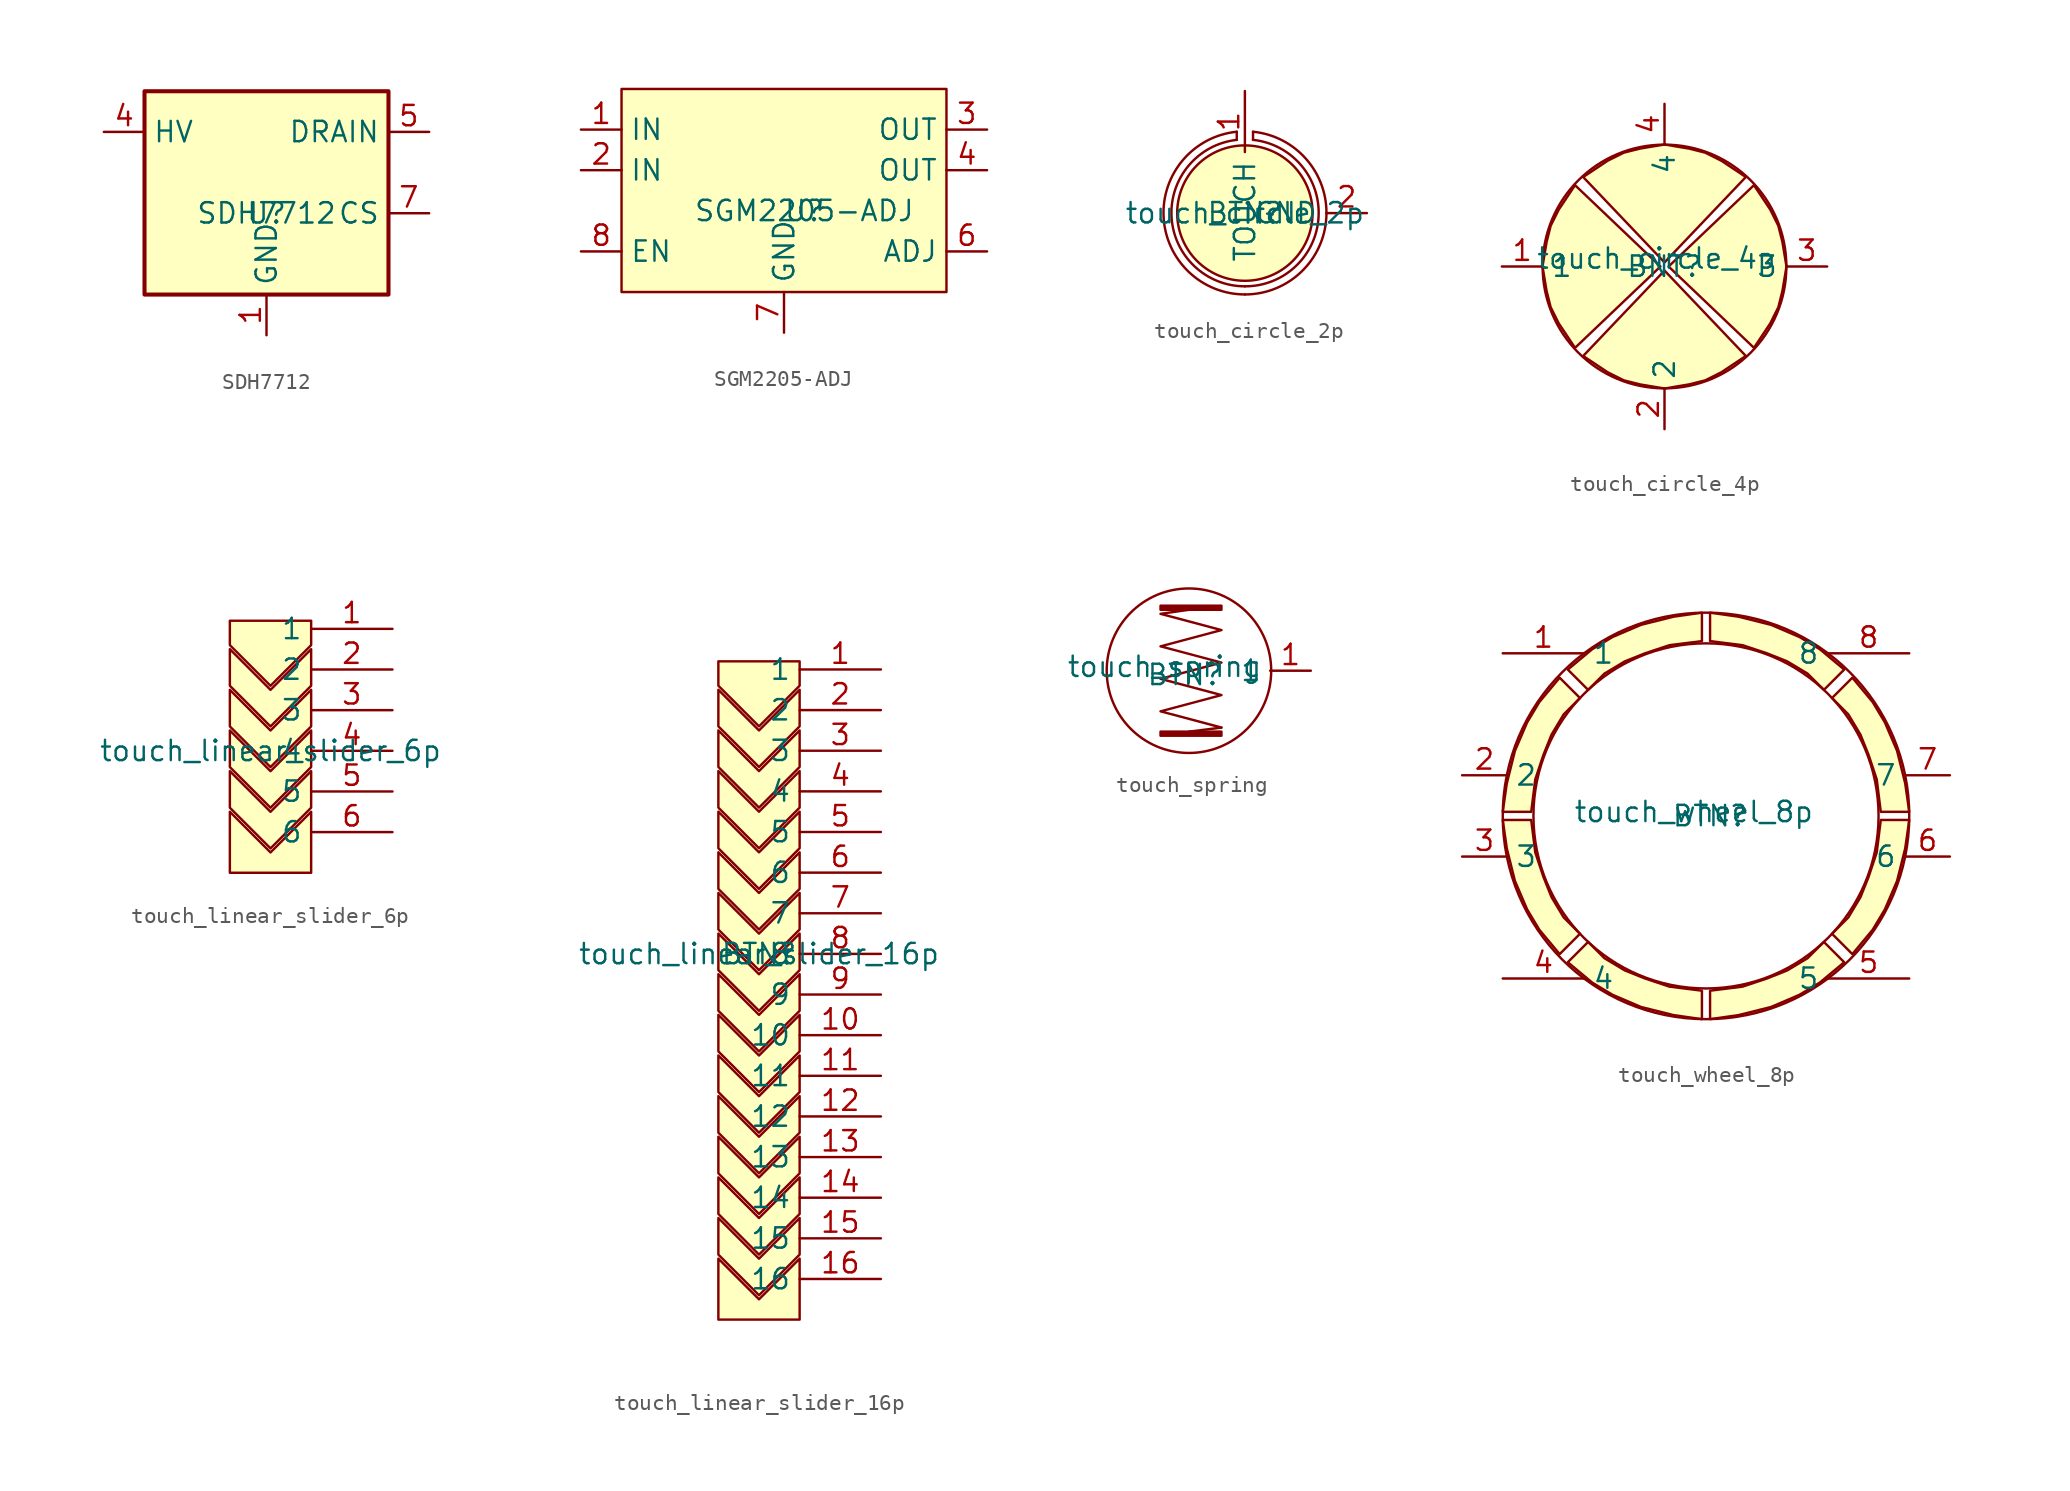
<source format=kicad_sym>
(kicad_symbol_lib
  (version 20241209)
  (generator "kicad_symbol_editor")
  (generator_version "9.0")
  (symbol "SDH7712"
    (property "Reference" "U"
      (at 0 0 0)
      (effects (font (size 1.27 1.27))))
    (property "Value" "SDH7712"
      (at 0 0 0)
      (effects (font (size 1.27 1.27))))
    (symbol "SDH7712_0_1"
      (rectangle (start -7.62 7.62) (end 7.62 -5.08) (stroke (width 0.254) (type solid)) (fill (type background))))
    (symbol "SDH7712_1_1"
      (pin power_in line (at -10.16 5.08 0) (length 2.54) (name "HV" (effects (font (size 1.27 1.27)))) (number "4" (effects (font (size 1.27 1.27)))))
      (pin no_connect line (at -2.54 2.54 0) (length 2.54) (hide yes) (name "NC" (effects (font (size 1.27 1.27)))) (number "2" (effects (font (size 1.27 1.27)))))
      (pin no_connect line (at -2.54 2.54 0) (length 2.54) (hide yes) (name "NC" (effects (font (size 1.27 1.27)))) (number "3" (effects (font (size 1.27 1.27)))))
      (pin power_in line (at 0 -7.62 90) (length 2.54) (name "GND" (effects (font (size 1.27 1.27)))) (number "1" (effects (font (size 1.27 1.27)))))
      (pin power_out line (at 10.16 5.08 180) (length 2.54) (name "DRAIN" (effects (font (size 1.27 1.27)))) (number "5" (effects (font (size 1.27 1.27)))))
      (pin power_out line (at 10.16 5.08 180) (length 2.54) (hide yes) (name "DRAIN" (effects (font (size 1.27 1.27)))) (number "6" (effects (font (size 1.27 1.27)))))
      (pin passive line (at 10.16 0 180) (length 2.54) (name "CS" (effects (font (size 1.27 1.27)))) (number "7" (effects (font (size 1.27 1.27)))))))
  (symbol "SGM2205-ADJ"
    (property "Reference" "U"
      (at 1.27 0 0)
      (effects (font (size 1.27 1.27))))
    (property "Value" "SGM2205-ADJ"
      (at 1.27 0 0)
      (effects (font (size 1.27 1.27))))
    (symbol "SGM2205-ADJ_1_1"
      (rectangle (start -10.16 7.62) (end 10.16 -5.08) (stroke (width 0) (type solid)) (fill (type background)))
      (pin power_in line (at -12.7 5.08 0) (length 2.54) (name "IN" (effects (font (size 1.27 1.27)))) (number "1" (effects (font (size 1.27 1.27)))))
      (pin power_in line (at -12.7 2.54 0) (length 2.54) (name "IN" (effects (font (size 1.27 1.27)))) (number "2" (effects (font (size 1.27 1.27)))))
      (pin input line (at -12.7 -2.54 0) (length 2.54) (name "EN" (effects (font (size 1.27 1.27)))) (number "8" (effects (font (size 1.27 1.27)))))
      (pin passive line (at 0 -7.62 90) (length 2.54) (name "GND" (effects (font (size 1.27 1.27)))) (number "7" (effects (font (size 1.27 1.27)))))
      (pin no_connect line (at 2.54 2.54 180) (length 2.54) (hide yes) (name "NC" (effects (font (size 1.27 1.27)))) (number "5" (effects (font (size 1.27 1.27)))))
      (pin power_out line (at 12.7 5.08 180) (length 2.54) (name "OUT" (effects (font (size 1.27 1.27)))) (number "3" (effects (font (size 1.27 1.27)))))
      (pin power_out line (at 12.7 2.54 180) (length 2.54) (name "OUT" (effects (font (size 1.27 1.27)))) (number "4" (effects (font (size 1.27 1.27)))))
      (pin input line (at 12.7 -2.54 180) (length 2.54) (name "ADJ" (effects (font (size 1.27 1.27)))) (number "6" (effects (font (size 1.27 1.27)))))))
  (symbol "touch_circle_2p"
    (property "Reference" "BTN"
      (at 0 0 0)
      (effects (font (size 1.27 1.27))))
    (property "Value" "touch_circle_2p"
      (at 0 0 0)
      (effects (font (size 1.27 1.27))))
    (symbol "touch_circle_2p_0_1"
      (polyline (pts (xy -0.508 5.08) (xy -0.508 4.572)) (stroke (width 0) (type default)) (fill (type none)))
      (arc (start 0 -4.572) (mid -4.5798 -0.2403) (end -0.508 4.572) (stroke (width 0) (type default)) (fill (type none)))
      (arc (start 0.508 5.08) (mid 5.0869 -0.2416) (end 0 -5.08) (stroke (width 0) (type default)) (fill (type none)))
      (arc (start 0 -5.08) (mid -5.0747 -0.241) (end -0.508 5.08) (stroke (width 0) (type default)) (fill (type none)))
      (arc (start 0.508 4.572) (mid 4.6007 -0.2415) (end 0 -4.572) (stroke (width 0) (type default)) (fill (type none)))
      (polyline (pts (xy 0.508 5.08) (xy 0.508 4.572)) (stroke (width 0) (type default)) (fill (type none))))
    (symbol "touch_circle_2p_1_0"
      (pin input line (at 0 7.62 270) (length 3.81) (name "TOUCH" (effects (font (size 1.27 1.27)))) (number "1" (effects (font (size 1.27 1.27)))))
      (pin input line (at 7.62 0 180) (length 2.54) (name "GND" (effects (font (size 1.27 1.27)))) (number "2" (effects (font (size 1.27 1.27))))))
    (symbol "touch_circle_2p_1_1"
      (circle (center 0 0) (radius 4.227) (stroke (width 0) (type solid)) (fill (type background)))))
  (symbol "touch_circle_4p"
    (property "Reference" "BNT"
      (at 0 0 0)
      (effects (font (size 1.27 1.27))))
    (property "Value" "touch_circle_4p"
      (at -0.508 0.508 0)
      (effects (font (size 1.27 1.27))))
    (symbol "touch_circle_4p_1_1"
      (polyline (pts (xy -5.588 5.08) (xy -0.254 0) (xy -5.588 -5.08) (xy -6.604 -3.556) (xy -7.112 -2.54) (xy -7.366 -1.524) (xy -7.62 0) (xy -7.366 1.524) (xy -7.112 2.54) (xy -6.604 3.556) (xy -5.588 5.08)) (stroke (width 0) (type solid)) (fill (type background)))
      (polyline (pts (xy -5.08 5.588) (xy 0 0.254) (xy 5.08 5.588) (xy 3.556 6.604) (xy 2.54 7.112) (xy 1.524 7.366) (xy 0 7.62) (xy -1.524 7.366) (xy -2.54 7.112) (xy -3.556 6.604) (xy -5.08 5.588)) (stroke (width 0) (type solid)) (fill (type background)))
      (circle (center 0 0) (radius 7.612) (stroke (width 0) (type default)) (fill (type none)))
      (polyline (pts (xy 5.08 -5.588) (xy 0 -0.254) (xy -5.08 -5.588) (xy -3.556 -6.604) (xy -2.54 -7.112) (xy -1.524 -7.366) (xy 0 -7.62) (xy 1.524 -7.366) (xy 2.54 -7.112) (xy 3.556 -6.604) (xy 5.08 -5.588)) (stroke (width 0) (type solid)) (fill (type background)))
      (polyline (pts (xy 5.588 5.08) (xy 0.254 0) (xy 5.588 -5.08) (xy 6.604 -3.556) (xy 7.112 -2.54) (xy 7.366 -1.524) (xy 7.62 0) (xy 7.366 1.524) (xy 7.112 2.54) (xy 6.604 3.556) (xy 5.588 5.08)) (stroke (width 0) (type solid)) (fill (type background)))
      (pin passive line (at -10.16 0 0) (length 2.54) (name "1" (effects (font (size 1.27 1.27)))) (number "1" (effects (font (size 1.27 1.27)))))
      (pin passive line (at 0 10.16 270) (length 2.54) (name "4" (effects (font (size 1.27 1.27)))) (number "4" (effects (font (size 1.27 1.27)))))
      (pin passive line (at 0 -10.16 90) (length 2.54) (name "2" (effects (font (size 1.27 1.27)))) (number "2" (effects (font (size 1.27 1.27)))))
      (pin passive line (at 10.16 0 180) (length 2.54) (name "3" (effects (font (size 1.27 1.27)))) (number "3" (effects (font (size 1.27 1.27)))))))
  (symbol "touch_linear_slider_6p"
    (property "Reference" "BTN"
      (at 8.636 3.81 0)
      (effects (font (size 1.27 1.27)) (hide yes)))
    (property "Value" "touch_linear_slider_6p"
      (at 0 0 0)
      (effects (font (size 1.27 1.27))))
    (symbol "touch_linear_slider_6p_1_1"
      (polyline (pts (xy -2.54 8.128) (xy -2.54 6.604) (xy 0 4.064) (xy 2.54 6.604) (xy 2.54 8.128) (xy -2.54 8.128)) (stroke (width 0) (type solid)) (fill (type background)))
      (polyline (pts (xy -2.54 6.35) (xy -2.54 4.064) (xy 0 1.524) (xy 2.54 4.064) (xy 2.54 6.35) (xy 0 3.81) (xy -2.54 6.35)) (stroke (width 0) (type solid)) (fill (type background)))
      (polyline (pts (xy -2.54 3.81) (xy -2.54 1.524) (xy 0 -1.016) (xy 2.54 1.524) (xy 2.54 3.81) (xy 0 1.27) (xy -2.54 3.81)) (stroke (width 0) (type solid)) (fill (type background)))
      (polyline (pts (xy -2.54 1.27) (xy -2.54 -1.016) (xy 0 -3.556) (xy 2.54 -1.016) (xy 2.54 1.27) (xy 0 -1.27) (xy -2.54 1.27)) (stroke (width 0) (type solid)) (fill (type background)))
      (polyline (pts (xy -2.54 -1.27) (xy -2.54 -3.556) (xy 0 -6.096) (xy 2.54 -3.556) (xy 2.54 -1.27) (xy 0 -3.81) (xy -2.54 -1.27)) (stroke (width 0) (type solid)) (fill (type background)))
      (polyline (pts (xy 0 -6.35) (xy -2.54 -3.81) (xy -2.54 -7.62) (xy 2.54 -7.62) (xy 2.54 -3.81) (xy 0 -6.35)) (stroke (width 0) (type solid)) (fill (type background)))
      (pin input line (at 7.62 7.62 180) (length 5.08) (name "1" (effects (font (size 1.27 1.27)))) (number "1" (effects (font (size 1.27 1.27)))))
      (pin input line (at 7.62 5.08 180) (length 5.08) (name "2" (effects (font (size 1.27 1.27)))) (number "2" (effects (font (size 1.27 1.27)))))
      (pin input line (at 7.62 2.54 180) (length 5.08) (name "3" (effects (font (size 1.27 1.27)))) (number "3" (effects (font (size 1.27 1.27)))))
      (pin input line (at 7.62 0 180) (length 5.08) (name "4" (effects (font (size 1.27 1.27)))) (number "4" (effects (font (size 1.27 1.27)))))
      (pin input line (at 7.62 -2.54 180) (length 5.08) (name "5" (effects (font (size 1.27 1.27)))) (number "5" (effects (font (size 1.27 1.27)))))
      (pin input line (at 7.62 -5.08 180) (length 5.08) (name "6" (effects (font (size 1.27 1.27)))) (number "6" (effects (font (size 1.27 1.27)))))))
  (symbol "touch_linear_slider_16p"
    (property "Reference" "BTN"
      (at 0 0 0)
      (effects (font (size 1.27 1.27))))
    (property "Value" "touch_linear_slider_16p"
      (at 0 0 0)
      (effects (font (size 1.27 1.27))))
    (symbol "touch_linear_slider_16p_1_1"
      (polyline (pts (xy -2.54 18.288) (xy -2.54 16.764) (xy 0 14.224) (xy 2.54 16.764) (xy 2.54 18.288) (xy -2.54 18.288)) (stroke (width 0) (type solid)) (fill (type background)))
      (polyline (pts (xy -2.54 16.51) (xy -2.54 14.224) (xy 0 11.684) (xy 2.54 14.224) (xy 2.54 16.51) (xy 0 13.97) (xy -2.54 16.51)) (stroke (width 0) (type solid)) (fill (type background)))
      (polyline (pts (xy -2.54 13.97) (xy -2.54 11.684) (xy 0 9.144) (xy 2.54 11.684) (xy 2.54 13.97) (xy 0 11.43) (xy -2.54 13.97)) (stroke (width 0) (type solid)) (fill (type background)))
      (polyline (pts (xy -2.54 11.43) (xy -2.54 9.144) (xy 0 6.604) (xy 2.54 9.144) (xy 2.54 11.43) (xy 0 8.89) (xy -2.54 11.43)) (stroke (width 0) (type solid)) (fill (type background)))
      (polyline (pts (xy -2.54 8.89) (xy -2.54 6.604) (xy 0 4.064) (xy 2.54 6.604) (xy 2.54 8.89) (xy 0 6.35) (xy -2.54 8.89)) (stroke (width 0) (type solid)) (fill (type background)))
      (polyline (pts (xy -2.54 6.35) (xy -2.54 4.064) (xy 0 1.524) (xy 2.54 4.064) (xy 2.54 6.35) (xy 0 3.81) (xy -2.54 6.35)) (stroke (width 0) (type solid)) (fill (type background)))
      (polyline (pts (xy -2.54 3.81) (xy -2.54 1.524) (xy 0 -1.016) (xy 2.54 1.524) (xy 2.54 3.81) (xy 0 1.27) (xy -2.54 3.81)) (stroke (width 0) (type solid)) (fill (type background)))
      (polyline (pts (xy -2.54 1.27) (xy -2.54 -1.016) (xy 0 -3.556) (xy 2.54 -1.016) (xy 2.54 1.27) (xy 0 -1.27) (xy -2.54 1.27)) (stroke (width 0) (type solid)) (fill (type background)))
      (polyline (pts (xy -2.54 -1.27) (xy -2.54 -3.556) (xy 0 -6.096) (xy 2.54 -3.556) (xy 2.54 -1.27) (xy 0 -3.81) (xy -2.54 -1.27)) (stroke (width 0) (type solid)) (fill (type background)))
      (polyline (pts (xy -2.54 -3.81) (xy -2.54 -6.096) (xy 0 -8.636) (xy 2.54 -6.096) (xy 2.54 -3.81) (xy 0 -6.35) (xy -2.54 -3.81)) (stroke (width 0) (type solid)) (fill (type background)))
      (polyline (pts (xy -2.54 -6.35) (xy -2.54 -8.636) (xy 0 -11.176) (xy 2.54 -8.636) (xy 2.54 -6.35) (xy 0 -8.89) (xy -2.54 -6.35)) (stroke (width 0) (type solid)) (fill (type background)))
      (polyline (pts (xy -2.54 -8.89) (xy -2.54 -11.176) (xy 0 -13.716) (xy 2.54 -11.176) (xy 2.54 -8.89) (xy 0 -11.43) (xy -2.54 -8.89)) (stroke (width 0) (type solid)) (fill (type background)))
      (polyline (pts (xy -2.54 -11.43) (xy -2.54 -13.716) (xy 0 -16.256) (xy 2.54 -13.716) (xy 2.54 -11.43) (xy 0 -13.97) (xy -2.54 -11.43)) (stroke (width 0) (type solid)) (fill (type background)))
      (polyline (pts (xy -2.54 -13.97) (xy -2.54 -16.256) (xy 0 -18.796) (xy 2.54 -16.256) (xy 2.54 -13.97) (xy 0 -16.51) (xy -2.54 -13.97)) (stroke (width 0) (type solid)) (fill (type background)))
      (polyline (pts (xy -2.54 -16.51) (xy -2.54 -18.796) (xy 0 -21.336) (xy 2.54 -18.796) (xy 2.54 -16.51) (xy 0 -19.05) (xy -2.54 -16.51)) (stroke (width 0) (type solid)) (fill (type background)))
      (polyline (pts (xy 0 -21.59) (xy -2.54 -19.05) (xy -2.54 -22.86) (xy 2.54 -22.86) (xy 2.54 -19.05) (xy 0 -21.59)) (stroke (width 0) (type solid)) (fill (type background)))
      (pin input line (at 7.62 17.78 180) (length 5.08) (name "1" (effects (font (size 1.27 1.27)))) (number "1" (effects (font (size 1.27 1.27)))))
      (pin input line (at 7.62 15.24 180) (length 5.08) (name "2" (effects (font (size 1.27 1.27)))) (number "2" (effects (font (size 1.27 1.27)))))
      (pin input line (at 7.62 12.7 180) (length 5.08) (name "3" (effects (font (size 1.27 1.27)))) (number "3" (effects (font (size 1.27 1.27)))))
      (pin input line (at 7.62 10.16 180) (length 5.08) (name "4" (effects (font (size 1.27 1.27)))) (number "4" (effects (font (size 1.27 1.27)))))
      (pin input line (at 7.62 7.62 180) (length 5.08) (name "5" (effects (font (size 1.27 1.27)))) (number "5" (effects (font (size 1.27 1.27)))))
      (pin input line (at 7.62 5.08 180) (length 5.08) (name "6" (effects (font (size 1.27 1.27)))) (number "6" (effects (font (size 1.27 1.27)))))
      (pin input line (at 7.62 2.54 180) (length 5.08) (name "7" (effects (font (size 1.27 1.27)))) (number "7" (effects (font (size 1.27 1.27)))))
      (pin input line (at 7.62 0 180) (length 5.08) (name "8" (effects (font (size 1.27 1.27)))) (number "8" (effects (font (size 1.27 1.27)))))
      (pin input line (at 7.62 -2.54 180) (length 5.08) (name "9" (effects (font (size 1.27 1.27)))) (number "9" (effects (font (size 1.27 1.27)))))
      (pin input line (at 7.62 -5.08 180) (length 5.08) (name "10" (effects (font (size 1.27 1.27)))) (number "10" (effects (font (size 1.27 1.27)))))
      (pin input line (at 7.62 -7.62 180) (length 5.08) (name "11" (effects (font (size 1.27 1.27)))) (number "11" (effects (font (size 1.27 1.27)))))
      (pin input line (at 7.62 -10.16 180) (length 5.08) (name "12" (effects (font (size 1.27 1.27)))) (number "12" (effects (font (size 1.27 1.27)))))
      (pin input line (at 7.62 -12.7 180) (length 5.08) (name "13" (effects (font (size 1.27 1.27)))) (number "13" (effects (font (size 1.27 1.27)))))
      (pin input line (at 7.62 -15.24 180) (length 5.08) (name "14" (effects (font (size 1.27 1.27)))) (number "14" (effects (font (size 1.27 1.27)))))
      (pin input line (at 7.62 -17.78 180) (length 5.08) (name "15" (effects (font (size 1.27 1.27)))) (number "15" (effects (font (size 1.27 1.27)))))
      (pin input line (at 7.62 -20.32 180) (length 5.08) (name "16" (effects (font (size 1.27 1.27)))) (number "16" (effects (font (size 1.27 1.27)))))))
  (symbol "touch_spring"
    (property "Reference" "BTN"
      (at -0.254 -0.254 0)
      (effects (font (size 1.27 1.27))))
    (property "Value" "touch_spring"
      (at -1.524 0.254 0)
      (effects (font (size 1.27 1.27))))
    (symbol "touch_spring_0_1"
      (polyline (pts (xy 0 3.81) (xy -1.778 3.556) (xy 2.032 2.54) (xy -1.778 1.524) (xy 2.032 0.508) (xy -1.778 -0.508) (xy 2.032 -1.524) (xy -1.778 -2.54) (xy 2.032 -3.556)) (stroke (width 0) (type default)) (fill (type none)))
      (circle (center 0 0) (radius 5.143) (stroke (width 0) (type default)) (fill (type none)))
      (polyline (pts (xy 2.032 -3.556) (xy 0 -3.81)) (stroke (width 0) (type default)) (fill (type none))))
    (symbol "touch_spring_1_1"
      (polyline (pts (xy -1.778 4.064) (xy 2.032 4.064) (xy 2.032 3.81) (xy -1.778 3.81) (xy -1.778 4.064)) (stroke (width 0) (type solid)) (fill (type outline)))
      (polyline (pts (xy 2.032 -3.81) (xy -1.778 -3.81) (xy -1.778 -4.064) (xy 2.032 -4.064) (xy 2.032 -3.81)) (stroke (width 0) (type solid)) (fill (type outline)))
      (pin passive line (at 7.62 0 180) (length 2.54) (name "1" (effects (font (size 1.27 1.27)))) (number "1" (effects (font (size 1.27 1.27)))))))
  (symbol "touch_wheel_8p"
    (property "Reference" "BTN"
      (at 0.254 0 0)
      (effects (font (size 1.27 1.27))))
    (property "Value" "touch_wheel_8p"
      (at -0.762 0.254 0)
      (effects (font (size 1.27 1.27))))
    (symbol "touch_wheel_8p_1_1"
      (polyline (pts (xy -9.144 8.636) (xy -7.874 7.366) (xy -8.89 6.35) (xy -9.652 5.08) (xy -10.16 3.81) (xy -10.668 2.286) (xy -10.922 0.254) (xy -12.7 0.254) (xy -12.446 2.032) (xy -11.938 4.064) (xy -11.176 5.842) (xy -10.414 7.112) (xy -9.144 8.636)) (stroke (width 0) (type solid)) (fill (type background)))
      (polyline (pts (xy -9.144 -8.636) (xy -7.874 -7.366) (xy -8.89 -6.35) (xy -9.652 -5.08) (xy -10.16 -3.81) (xy -10.668 -2.286) (xy -10.922 -0.254) (xy -12.7 -0.254) (xy -12.446 -2.032) (xy -11.938 -4.064) (xy -11.176 -5.842) (xy -10.414 -7.112) (xy -9.144 -8.636)) (stroke (width 0) (type solid)) (fill (type background)))
      (polyline (pts (xy -8.636 9.144) (xy -7.366 7.874) (xy -6.35 8.89) (xy -5.08 9.652) (xy -3.81 10.16) (xy -2.286 10.668) (xy -0.254 10.922) (xy -0.254 12.7) (xy -2.032 12.446) (xy -4.064 11.938) (xy -5.842 11.176) (xy -7.112 10.414) (xy -8.636 9.144)) (stroke (width 0) (type solid)) (fill (type background)))
      (polyline (pts (xy -8.636 -9.144) (xy -7.366 -7.874) (xy -6.35 -8.89) (xy -5.08 -9.652) (xy -3.81 -10.16) (xy -2.286 -10.668) (xy -0.254 -10.922) (xy -0.254 -12.7) (xy -2.032 -12.446) (xy -4.064 -11.938) (xy -5.842 -11.176) (xy -7.112 -10.414) (xy -8.636 -9.144)) (stroke (width 0) (type solid)) (fill (type background)))
      (circle (center 0 0) (radius 10.782) (stroke (width 0) (type default)) (fill (type none)))
      (circle (center 0 0) (radius 12.7) (stroke (width 0) (type default)) (fill (type none)))
      (polyline (pts (xy 8.636 9.144) (xy 7.366 7.874) (xy 6.35 8.89) (xy 5.08 9.652) (xy 3.81 10.16) (xy 2.286 10.668) (xy 0.254 10.922) (xy 0.254 12.7) (xy 2.032 12.446) (xy 4.064 11.938) (xy 5.842 11.176) (xy 7.112 10.414) (xy 8.636 9.144)) (stroke (width 0) (type solid)) (fill (type background)))
      (polyline (pts (xy 8.636 -9.144) (xy 7.366 -7.874) (xy 6.35 -8.89) (xy 5.08 -9.652) (xy 3.81 -10.16) (xy 2.286 -10.668) (xy 0.254 -10.922) (xy 0.254 -12.7) (xy 2.032 -12.446) (xy 4.064 -11.938) (xy 5.842 -11.176) (xy 7.112 -10.414) (xy 8.636 -9.144)) (stroke (width 0) (type solid)) (fill (type background)))
      (polyline (pts (xy 9.144 8.636) (xy 7.874 7.366) (xy 8.89 6.35) (xy 9.652 5.08) (xy 10.16 3.81) (xy 10.668 2.286) (xy 10.922 0.254) (xy 12.7 0.254) (xy 12.446 2.032) (xy 11.938 4.064) (xy 11.176 5.842) (xy 10.414 7.112) (xy 9.144 8.636)) (stroke (width 0) (type solid)) (fill (type background)))
      (polyline (pts (xy 9.144 -8.636) (xy 7.874 -7.366) (xy 8.89 -6.35) (xy 9.652 -5.08) (xy 10.16 -3.81) (xy 10.668 -2.286) (xy 10.922 -0.254) (xy 12.7 -0.254) (xy 12.446 -2.032) (xy 11.938 -4.064) (xy 11.176 -5.842) (xy 10.414 -7.112) (xy 9.144 -8.636)) (stroke (width 0) (type solid)) (fill (type background)))
      (pin passive line (at -15.24 2.54 0) (length 2.794) (name "2" (effects (font (size 1.27 1.27)))) (number "2" (effects (font (size 1.27 1.27)))))
      (pin passive line (at -15.24 -2.54 0) (length 2.794) (name "3" (effects (font (size 1.27 1.27)))) (number "3" (effects (font (size 1.27 1.27)))))
      (pin passive line (at -12.7 10.16 0) (length 5.08) (name "1" (effects (font (size 1.27 1.27)))) (number "1" (effects (font (size 1.27 1.27)))))
      (pin passive line (at -12.7 -10.16 0) (length 5.08) (name "4" (effects (font (size 1.27 1.27)))) (number "4" (effects (font (size 1.27 1.27)))))
      (pin passive line (at 12.7 10.16 180) (length 5.08) (name "8" (effects (font (size 1.27 1.27)))) (number "8" (effects (font (size 1.27 1.27)))))
      (pin passive line (at 12.7 -10.16 180) (length 5.08) (name "5" (effects (font (size 1.27 1.27)))) (number "5" (effects (font (size 1.27 1.27)))))
      (pin passive line (at 15.24 2.54 180) (length 2.794) (name "7" (effects (font (size 1.27 1.27)))) (number "7" (effects (font (size 1.27 1.27)))))
      (pin passive line (at 15.24 -2.54 180) (length 2.794) (name "6" (effects (font (size 1.27 1.27)))) (number "6" (effects (font (size 1.27 1.27))))))))
</source>
